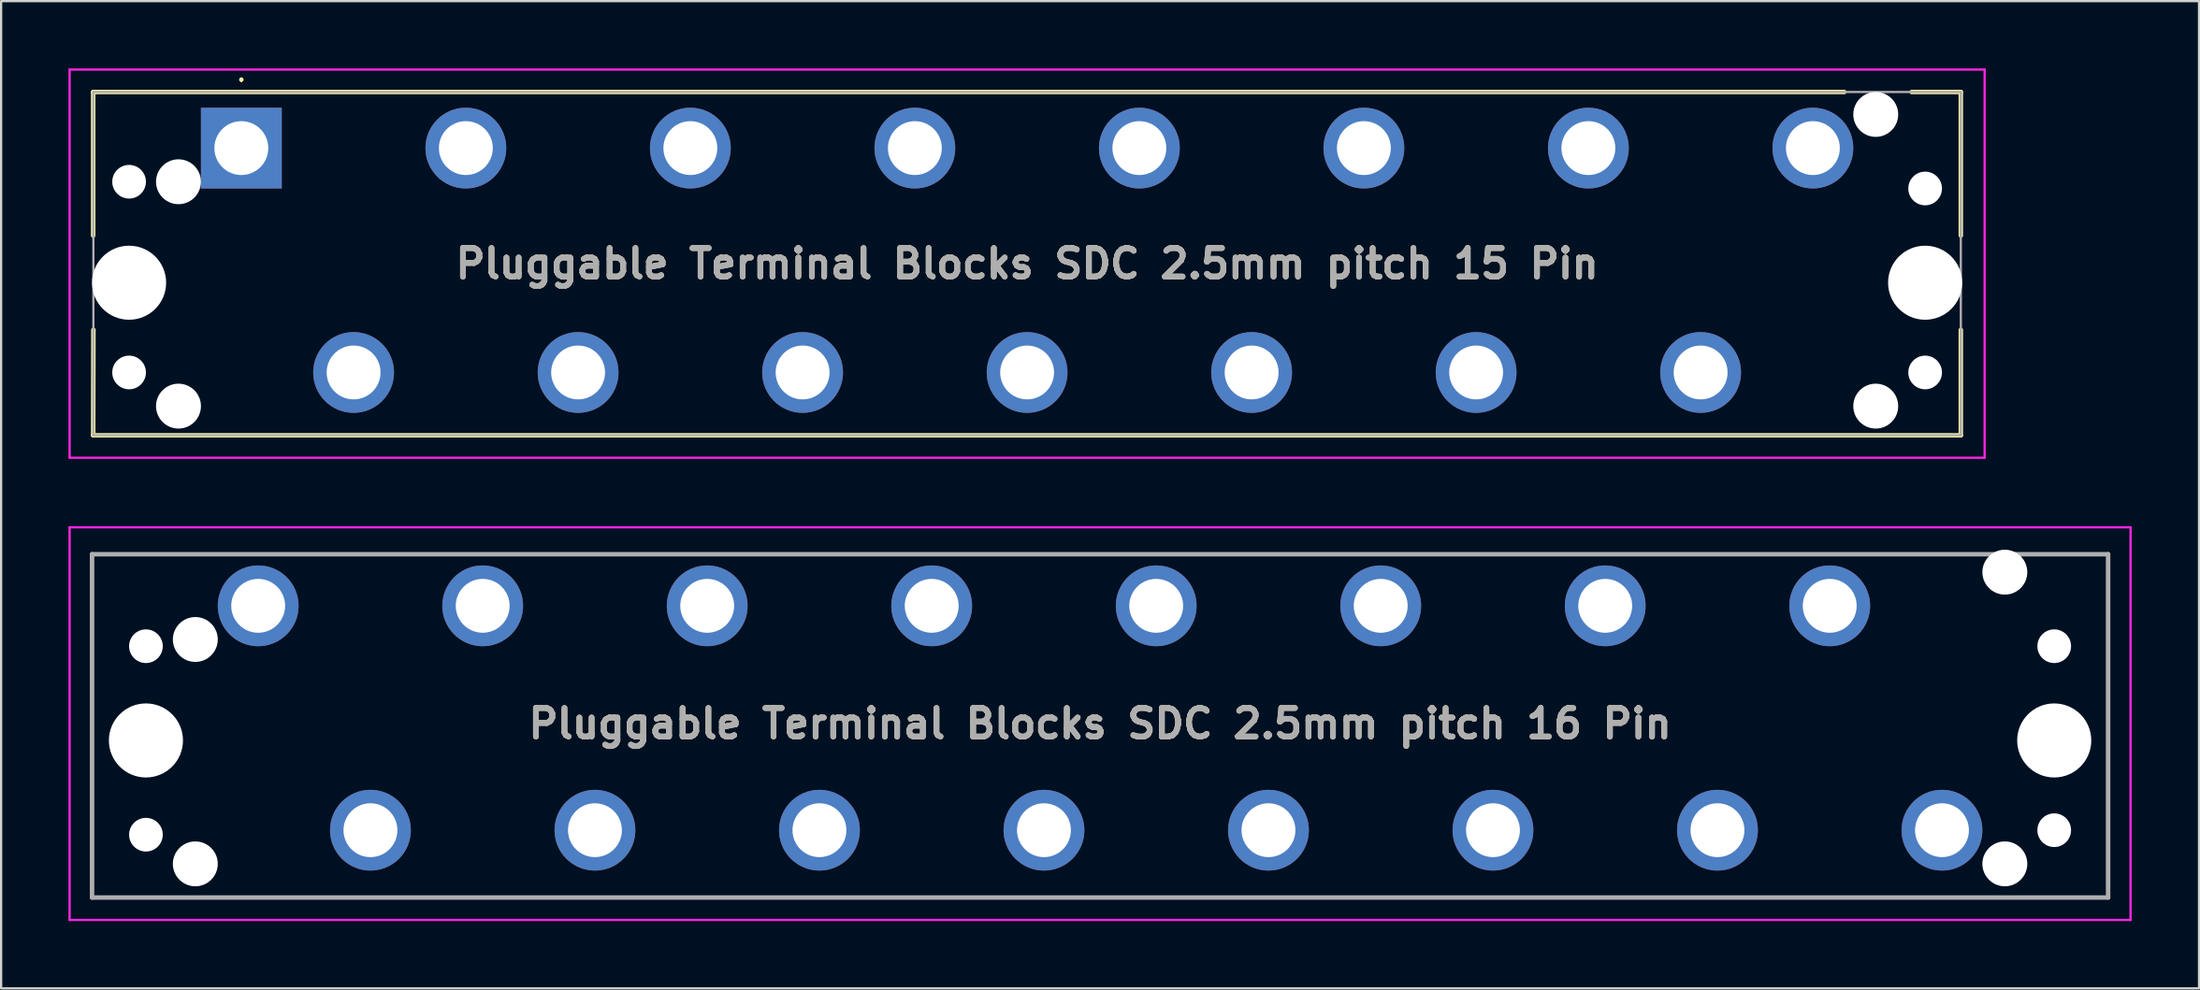
<source format=kicad_pcb>
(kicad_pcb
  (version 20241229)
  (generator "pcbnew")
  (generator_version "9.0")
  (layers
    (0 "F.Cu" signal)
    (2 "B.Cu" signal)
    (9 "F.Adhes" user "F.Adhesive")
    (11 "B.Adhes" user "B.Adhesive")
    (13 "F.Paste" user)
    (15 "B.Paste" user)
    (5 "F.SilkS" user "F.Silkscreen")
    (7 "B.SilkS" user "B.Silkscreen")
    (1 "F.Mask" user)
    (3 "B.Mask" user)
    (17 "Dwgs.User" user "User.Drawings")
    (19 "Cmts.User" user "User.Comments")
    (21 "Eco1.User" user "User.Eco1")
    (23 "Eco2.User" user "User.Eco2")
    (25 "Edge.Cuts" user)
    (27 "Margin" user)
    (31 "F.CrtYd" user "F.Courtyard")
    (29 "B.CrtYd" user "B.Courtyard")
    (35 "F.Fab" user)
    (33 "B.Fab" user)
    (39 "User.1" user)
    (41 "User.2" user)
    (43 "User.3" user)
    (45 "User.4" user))
  (footprint "Pluggable Terminal Blocks SDC 2.5mm pitch 16 Pin"
    (layer "F.Cu")
    (at 45.95 29.3)
    (property "Reference" "Pluggable Terminal Blocks SDC 2.5mm pitch 16 Pin" (at 0 -0.1 0) (layer "F.SilkS") (effects (font (size 1.27 1.27) (thickness 0.254))))
    (attr through_hole)
    (fp_line (start -44.9 -7.65) (end 38.5 -7.65) (stroke (width 0.1) (type solid)) (layer "F.SilkS"))
    (fp_line (start -44.9 7.65) (end -44.9 -7.65) (stroke (width 0.1) (type solid)) (layer "F.SilkS"))
    (fp_line (start 41.5 -7.65) (end 44.9 -7.65) (stroke (width 0.1) (type solid)) (layer "F.SilkS"))
    (fp_line (start 41.5 7.65) (end -44.9 7.65) (stroke (width 0.1) (type solid)) (layer "F.SilkS"))
    (fp_line (start 44.9 -7.65) (end 44.9 7.65) (stroke (width 0.1) (type solid)) (layer "F.SilkS"))
    (fp_line (start 44.9 7.65) (end 41.5 7.65) (stroke (width 0.1) (type solid)) (layer "F.SilkS"))
    (fp_line (start -45.9 -8.85) (end 45.9 -8.85) (stroke (width 0.1) (type solid)) (layer "F.CrtYd"))
    (fp_line (start -45.9 8.65) (end -45.9 -8.85) (stroke (width 0.1) (type solid)) (layer "F.CrtYd"))
    (fp_line (start 45.9 -8.85) (end 45.9 8.65) (stroke (width 0.1) (type solid)) (layer "F.CrtYd"))
    (fp_line (start 45.9 8.65) (end -45.9 8.65) (stroke (width 0.1) (type solid)) (layer "F.CrtYd"))
    (fp_line (start -44.9 -7.65) (end 44.9 -7.65) (stroke (width 0.2) (type solid)) (layer "F.Fab"))
    (fp_line (start -44.9 7.65) (end -44.9 -7.65) (stroke (width 0.2) (type solid)) (layer "F.Fab"))
    (fp_line (start 44.9 -7.65) (end 44.9 7.65) (stroke (width 0.2) (type solid)) (layer "F.Fab"))
    (fp_line (start 44.9 7.65) (end -44.9 7.65) (stroke (width 0.2) (type solid)) (layer "F.Fab"))
    (fp_text user "${REFERENCE}" (at 0 -0.1 0) (layer "F.Fab") (effects (font (size 1.27 1.27) (thickness 0.254))))
    (pad "" np_thru_hole circle (at -42.5 -3.55) (size 1.5 1.5) (drill 1.5) (layers "*.Cu" "*.Mask"))
    (pad "" np_thru_hole circle (at -42.5 0.65) (size 3.3 3.3) (drill 3.3) (layers "*.Cu" "*.Mask"))
    (pad "" np_thru_hole circle (at -42.5 4.85) (size 1.5 1.5) (drill 1.5) (layers "*.Cu" "*.Mask"))
    (pad "" np_thru_hole circle (at -40.3 -3.85) (size 2 2) (drill 2) (layers "*.Cu" "*.Mask"))
    (pad "" np_thru_hole circle (at -40.3 6.15) (size 2 2) (drill 2) (layers "*.Cu" "*.Mask"))
    (pad "" np_thru_hole circle (at 40.3 -6.85) (size 2 2) (drill 2) (layers "*.Cu" "*.Mask"))
    (pad "" np_thru_hole circle (at 40.3 6.15) (size 2 2) (drill 2) (layers "*.Cu" "*.Mask"))
    (pad "" np_thru_hole circle (at 42.5 -3.55) (size 1.5 1.5) (drill 1.5) (layers "*.Cu" "*.Mask"))
    (pad "" np_thru_hole circle (at 42.5 0.65) (size 3.3 3.3) (drill 3.3) (layers "*.Cu" "*.Mask"))
    (pad "" np_thru_hole circle (at 42.5 4.65) (size 1.5 1.5) (drill 1.5) (layers "*.Cu" "*.Mask"))
    (pad "1" thru_hole circle (at -37.5 -5.35) (size 3.6 3.6) (drill 2.4) (layers "*.Cu" "*.Mask"))
    (pad "2" thru_hole circle (at -32.5 4.65) (size 3.6 3.6) (drill 2.4) (layers "*.Cu" "*.Mask"))
    (pad "3" thru_hole circle (at -27.5 -5.35) (size 3.6 3.6) (drill 2.4) (layers "*.Cu" "*.Mask"))
    (pad "4" thru_hole circle (at -22.5 4.65) (size 3.6 3.6) (drill 2.4) (layers "*.Cu" "*.Mask"))
    (pad "5" thru_hole circle (at -17.5 -5.35) (size 3.6 3.6) (drill 2.4) (layers "*.Cu" "*.Mask"))
    (pad "6" thru_hole circle (at -12.5 4.65) (size 3.6 3.6) (drill 2.4) (layers "*.Cu" "*.Mask"))
    (pad "7" thru_hole circle (at -7.5 -5.35) (size 3.6 3.6) (drill 2.4) (layers "*.Cu" "*.Mask"))
    (pad "8" thru_hole circle (at -2.5 4.65) (size 3.6 3.6) (drill 2.4) (layers "*.Cu" "*.Mask"))
    (pad "9" thru_hole circle (at 2.5 -5.35) (size 3.6 3.6) (drill 2.4) (layers "*.Cu" "*.Mask"))
    (pad "10" thru_hole circle (at 7.5 4.65) (size 3.6 3.6) (drill 2.4) (layers "*.Cu" "*.Mask"))
    (pad "11" thru_hole circle (at 12.5 -5.35) (size 3.6 3.6) (drill 2.4) (layers "*.Cu" "*.Mask"))
    (pad "12" thru_hole circle (at 17.5 4.65) (size 3.6 3.6) (drill 2.4) (layers "*.Cu" "*.Mask"))
    (pad "13" thru_hole circle (at 22.5 -5.35) (size 3.6 3.6) (drill 2.4) (layers "*.Cu" "*.Mask"))
    (pad "14" thru_hole circle (at 27.5 4.65) (size 3.6 3.6) (drill 2.4) (layers "*.Cu" "*.Mask"))
    (pad "15" thru_hole circle (at 32.5 -5.35) (size 3.6 3.6) (drill 2.4) (layers "*.Cu" "*.Mask"))
    (pad "16" thru_hole circle (at 37.5 4.65) (size 3.6 3.6) (drill 2.4) (layers "*.Cu" "*.Mask")))
  (footprint "Pluggable Terminal Blocks SDC 2.5mm pitch 15 Pin"
    (layer "F.Cu")
    (at 7.7 3.55)
    (property "Reference" "Pluggable Terminal Blocks SDC 2.5mm pitch 15 Pin" (at 35 5.15 0) (layer "F.SilkS") (effects (font (size 1.27 1.27) (thickness 0.254))))
    (attr through_hole)
    (fp_line (start -6.6 -2.5) (end 71.4 -2.5) (stroke (width 0.2) (type solid)) (layer "F.SilkS"))
    (fp_line (start -6.6 3.9) (end -6.6 -2.5) (stroke (width 0.2) (type solid)) (layer "F.SilkS"))
    (fp_line (start -6.6 12.8) (end -6.59 8.1) (stroke (width 0.2) (type solid)) (layer "F.SilkS"))
    (fp_line (start 0 -3.1) (end 0 -3.1) (stroke (width 0.1) (type solid)) (layer "F.SilkS"))
    (fp_line (start 0 -3) (end 0 -3) (stroke (width 0.1) (type solid)) (layer "F.SilkS"))
    (fp_line (start 74.4 -2.5) (end 76.59 -2.5) (stroke (width 0.2) (type solid)) (layer "F.SilkS"))
    (fp_line (start 76.59 -2.5) (end 76.59 3.9) (stroke (width 0.2) (type solid)) (layer "F.SilkS"))
    (fp_line (start 76.59 8.1) (end 76.59 12.8) (stroke (width 0.2) (type solid)) (layer "F.SilkS"))
    (fp_line (start 76.59 12.8) (end -6.6 12.8) (stroke (width 0.2) (type solid)) (layer "F.SilkS"))
    (fp_arc (start 0 -3.1) (mid 0.05 -3.05) (end 0 -3) (stroke (width 0.1) (type solid)) (layer "F.SilkS"))
    (fp_arc (start 0 -3) (mid -0.05 -3.05) (end 0 -3.1) (stroke (width 0.1) (type solid)) (layer "F.SilkS"))
    (fp_line (start -7.65 -3.5) (end 77.65 -3.5) (stroke (width 0.1) (type solid)) (layer "F.CrtYd"))
    (fp_line (start -7.65 13.8) (end -7.65 -3.5) (stroke (width 0.1) (type solid)) (layer "F.CrtYd"))
    (fp_line (start 77.65 -3.5) (end 77.65 13.8) (stroke (width 0.1) (type solid)) (layer "F.CrtYd"))
    (fp_line (start 77.65 13.8) (end -7.65 13.8) (stroke (width 0.1) (type solid)) (layer "F.CrtYd"))
    (fp_line (start -6.59 -2.5) (end -6.59 12.8) (stroke (width 0.1) (type solid)) (layer "F.Fab"))
    (fp_line (start -6.59 12.8) (end 76.59 12.8) (stroke (width 0.1) (type solid)) (layer "F.Fab"))
    (fp_line (start 76.59 -2.5) (end -6.59 -2.5) (stroke (width 0.1) (type solid)) (layer "F.Fab"))
    (fp_line (start 76.59 12.8) (end 76.59 -2.5) (stroke (width 0.1) (type solid)) (layer "F.Fab"))
    (fp_text user "${REFERENCE}" (at 35 5.15 0) (layer "F.Fab") (effects (font (size 1.27 1.27) (thickness 0.254))))
    (pad "" np_thru_hole circle (at -5 1.5) (size 1.5 1.5) (drill 1.5) (layers "*.Cu" "*.Mask"))
    (pad "" np_thru_hole circle (at -5 6) (size 3.3 3.3) (drill 3.3) (layers "*.Cu" "*.Mask"))
    (pad "" np_thru_hole circle (at -5 10) (size 1.5 1.5) (drill 1.5) (layers "*.Cu" "*.Mask"))
    (pad "" np_thru_hole circle (at -2.8 1.5) (size 2 2) (drill 2) (layers "*.Cu" "*.Mask"))
    (pad "" np_thru_hole circle (at -2.8 11.5) (size 2 2) (drill 2) (layers "*.Cu" "*.Mask"))
    (pad "" np_thru_hole circle (at 72.8 -1.5) (size 2 2) (drill 2) (layers "*.Cu" "*.Mask"))
    (pad "" np_thru_hole circle (at 72.8 11.5) (size 2 2) (drill 2) (layers "*.Cu" "*.Mask"))
    (pad "" np_thru_hole circle (at 75 1.8) (size 1.5 1.5) (drill 1.5) (layers "*.Cu" "*.Mask"))
    (pad "" np_thru_hole circle (at 75 6) (size 3.3 3.3) (drill 3.3) (layers "*.Cu" "*.Mask"))
    (pad "" np_thru_hole circle (at 75 10) (size 1.5 1.5) (drill 1.5) (layers "*.Cu" "*.Mask"))
    (pad "1" thru_hole rect (at 0 0) (size 3.6 3.6) (drill 2.4) (layers "*.Cu" "*.Mask"))
    (pad "2" thru_hole circle (at 5 10) (size 3.6 3.6) (drill 2.4) (layers "*.Cu" "*.Mask"))
    (pad "3" thru_hole circle (at 10 0) (size 3.6 3.6) (drill 2.4) (layers "*.Cu" "*.Mask"))
    (pad "4" thru_hole circle (at 15 10) (size 3.6 3.6) (drill 2.4) (layers "*.Cu" "*.Mask"))
    (pad "5" thru_hole circle (at 20 0) (size 3.6 3.6) (drill 2.4) (layers "*.Cu" "*.Mask"))
    (pad "6" thru_hole circle (at 25 10) (size 3.6 3.6) (drill 2.4) (layers "*.Cu" "*.Mask"))
    (pad "7" thru_hole circle (at 30 0) (size 3.6 3.6) (drill 2.4) (layers "*.Cu" "*.Mask"))
    (pad "8" thru_hole circle (at 35 10) (size 3.6 3.6) (drill 2.4) (layers "*.Cu" "*.Mask"))
    (pad "9" thru_hole circle (at 40 0) (size 3.6 3.6) (drill 2.4) (layers "*.Cu" "*.Mask"))
    (pad "10" thru_hole circle (at 45 10) (size 3.6 3.6) (drill 2.4) (layers "*.Cu" "*.Mask"))
    (pad "11" thru_hole circle (at 50 0) (size 3.6 3.6) (drill 2.4) (layers "*.Cu" "*.Mask"))
    (pad "12" thru_hole circle (at 55 10) (size 3.6 3.6) (drill 2.4) (layers "*.Cu" "*.Mask"))
    (pad "13" thru_hole circle (at 60 0) (size 3.6 3.6) (drill 2.4) (layers "*.Cu" "*.Mask"))
    (pad "14" thru_hole circle (at 65 10) (size 3.6 3.6) (drill 2.4) (layers "*.Cu" "*.Mask"))
    (pad "15" thru_hole circle (at 70 0) (size 3.6 3.6) (drill 2.4) (layers "*.Cu" "*.Mask")))
  (gr_rect
    (start -3 -3)
    (end 94.9 41)
    (stroke (width 0.1) (type default))
    (fill no)
    (layer "Edge.Cuts")))
</source>
